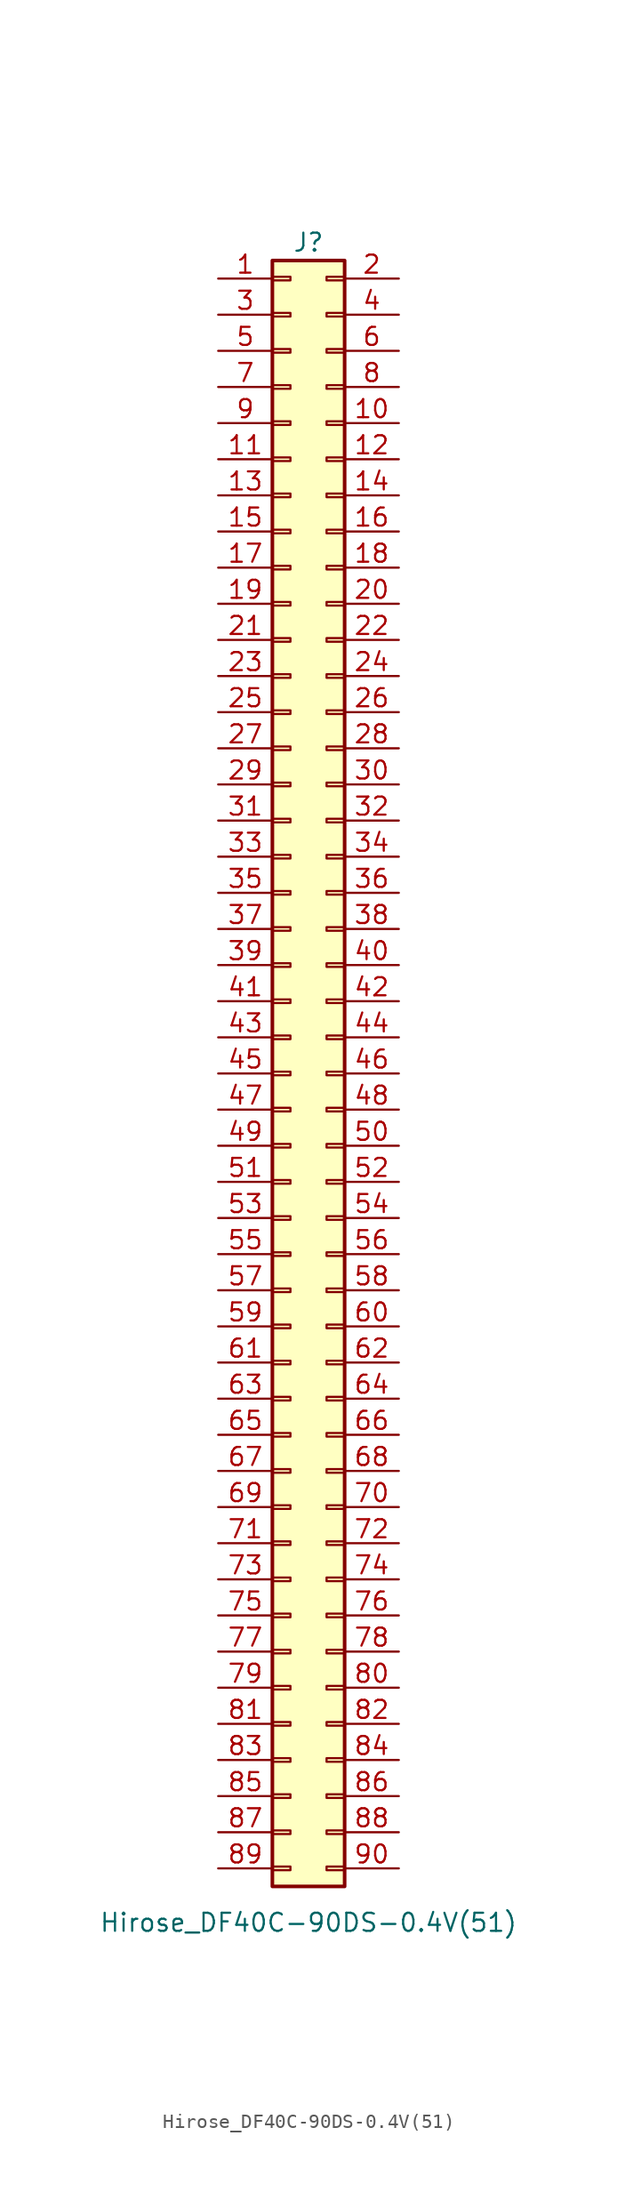
<source format=kicad_sym>
(kicad_symbol_lib
  (version 20211014)
  (generator kicad_symbol_editor)
  (symbol "Hirose_DF40C-90DS-0.4V(51)"
    (pin_names
      (offset 1.016) hide)
    (property "Reference" "J"
      (at 0 58.42 0)
      (effects (font (size 1.27 1.27))))
    (property "Value" "Hirose_DF40C-90DS-0.4V(51)"
      (at 0 -59.69 0)
      (effects (font (size 1.27 1.27))))
    (symbol "Hirose_DF40C-90DS-0.4V(51)_1_1"
      (rectangle (start -2.54 -55.753) (end -1.27 -56.007) (stroke (width 0.152) (type default) (color 0 0 0 0)) (fill (type none)))
      (rectangle (start -2.54 -53.213) (end -1.27 -53.467) (stroke (width 0.152) (type default) (color 0 0 0 0)) (fill (type none)))
      (rectangle (start -2.54 -50.673) (end -1.27 -50.927) (stroke (width 0.152) (type default) (color 0 0 0 0)) (fill (type none)))
      (rectangle (start -2.54 -48.133) (end -1.27 -48.387) (stroke (width 0.152) (type default) (color 0 0 0 0)) (fill (type none)))
      (rectangle (start -2.54 -45.593) (end -1.27 -45.847) (stroke (width 0.152) (type default) (color 0 0 0 0)) (fill (type none)))
      (rectangle (start -2.54 -43.053) (end -1.27 -43.307) (stroke (width 0.152) (type default) (color 0 0 0 0)) (fill (type none)))
      (rectangle (start -2.54 -40.513) (end -1.27 -40.767) (stroke (width 0.152) (type default) (color 0 0 0 0)) (fill (type none)))
      (rectangle (start -2.54 -37.973) (end -1.27 -38.227) (stroke (width 0.152) (type default) (color 0 0 0 0)) (fill (type none)))
      (rectangle (start -2.54 -35.433) (end -1.27 -35.687) (stroke (width 0.152) (type default) (color 0 0 0 0)) (fill (type none)))
      (rectangle (start -2.54 -32.893) (end -1.27 -33.147) (stroke (width 0.152) (type default) (color 0 0 0 0)) (fill (type none)))
      (rectangle (start -2.54 -30.353) (end -1.27 -30.607) (stroke (width 0.152) (type default) (color 0 0 0 0)) (fill (type none)))
      (rectangle (start -2.54 -27.813) (end -1.27 -28.067) (stroke (width 0.152) (type default) (color 0 0 0 0)) (fill (type none)))
      (rectangle (start -2.54 -25.273) (end -1.27 -25.527) (stroke (width 0.152) (type default) (color 0 0 0 0)) (fill (type none)))
      (rectangle (start -2.54 -22.733) (end -1.27 -22.987) (stroke (width 0.152) (type default) (color 0 0 0 0)) (fill (type none)))
      (rectangle (start -2.54 -20.193) (end -1.27 -20.447) (stroke (width 0.152) (type default) (color 0 0 0 0)) (fill (type none)))
      (rectangle (start -2.54 -17.653) (end -1.27 -17.907) (stroke (width 0.152) (type default) (color 0 0 0 0)) (fill (type none)))
      (rectangle (start -2.54 -15.113) (end -1.27 -15.367) (stroke (width 0.152) (type default) (color 0 0 0 0)) (fill (type none)))
      (rectangle (start -2.54 -12.573) (end -1.27 -12.827) (stroke (width 0.152) (type default) (color 0 0 0 0)) (fill (type none)))
      (rectangle (start -2.54 -10.033) (end -1.27 -10.287) (stroke (width 0.152) (type default) (color 0 0 0 0)) (fill (type none)))
      (rectangle (start -2.54 -7.493) (end -1.27 -7.747) (stroke (width 0.152) (type default) (color 0 0 0 0)) (fill (type none)))
      (rectangle (start -2.54 -4.953) (end -1.27 -5.207) (stroke (width 0.152) (type default) (color 0 0 0 0)) (fill (type none)))
      (rectangle (start -2.54 -2.413) (end -1.27 -2.667) (stroke (width 0.152) (type default) (color 0 0 0 0)) (fill (type none)))
      (rectangle (start -2.54 0.127) (end -1.27 -0.127) (stroke (width 0.152) (type default) (color 0 0 0 0)) (fill (type none)))
      (rectangle (start -2.54 2.667) (end -1.27 2.413) (stroke (width 0.152) (type default) (color 0 0 0 0)) (fill (type none)))
      (rectangle (start -2.54 5.207) (end -1.27 4.953) (stroke (width 0.152) (type default) (color 0 0 0 0)) (fill (type none)))
      (rectangle (start -2.54 7.747) (end -1.27 7.493) (stroke (width 0.152) (type default) (color 0 0 0 0)) (fill (type none)))
      (rectangle (start -2.54 10.287) (end -1.27 10.033) (stroke (width 0.152) (type default) (color 0 0 0 0)) (fill (type none)))
      (rectangle (start -2.54 12.827) (end -1.27 12.573) (stroke (width 0.152) (type default) (color 0 0 0 0)) (fill (type none)))
      (rectangle (start -2.54 15.367) (end -1.27 15.113) (stroke (width 0.152) (type default) (color 0 0 0 0)) (fill (type none)))
      (rectangle (start -2.54 17.907) (end -1.27 17.653) (stroke (width 0.152) (type default) (color 0 0 0 0)) (fill (type none)))
      (rectangle (start -2.54 20.447) (end -1.27 20.193) (stroke (width 0.152) (type default) (color 0 0 0 0)) (fill (type none)))
      (rectangle (start -2.54 22.987) (end -1.27 22.733) (stroke (width 0.152) (type default) (color 0 0 0 0)) (fill (type none)))
      (rectangle (start -2.54 25.527) (end -1.27 25.273) (stroke (width 0.152) (type default) (color 0 0 0 0)) (fill (type none)))
      (rectangle (start -2.54 28.067) (end -1.27 27.813) (stroke (width 0.152) (type default) (color 0 0 0 0)) (fill (type none)))
      (rectangle (start -2.54 30.607) (end -1.27 30.353) (stroke (width 0.152) (type default) (color 0 0 0 0)) (fill (type none)))
      (rectangle (start -2.54 33.147) (end -1.27 32.893) (stroke (width 0.152) (type default) (color 0 0 0 0)) (fill (type none)))
      (rectangle (start -2.54 35.687) (end -1.27 35.433) (stroke (width 0.152) (type default) (color 0 0 0 0)) (fill (type none)))
      (rectangle (start -2.54 38.227) (end -1.27 37.973) (stroke (width 0.152) (type default) (color 0 0 0 0)) (fill (type none)))
      (rectangle (start -2.54 40.767) (end -1.27 40.513) (stroke (width 0.152) (type default) (color 0 0 0 0)) (fill (type none)))
      (rectangle (start -2.54 43.307) (end -1.27 43.053) (stroke (width 0.152) (type default) (color 0 0 0 0)) (fill (type none)))
      (rectangle (start -2.54 45.847) (end -1.27 45.593) (stroke (width 0.152) (type default) (color 0 0 0 0)) (fill (type none)))
      (rectangle (start -2.54 48.387) (end -1.27 48.133) (stroke (width 0.152) (type default) (color 0 0 0 0)) (fill (type none)))
      (rectangle (start -2.54 50.927) (end -1.27 50.673) (stroke (width 0.152) (type default) (color 0 0 0 0)) (fill (type none)))
      (rectangle (start -2.54 53.467) (end -1.27 53.213) (stroke (width 0.152) (type default) (color 0 0 0 0)) (fill (type none)))
      (rectangle (start -2.54 56.007) (end -1.27 55.753) (stroke (width 0.152) (type default) (color 0 0 0 0)) (fill (type none)))
      (rectangle (start -2.54 57.15) (end 2.54 -57.15) (stroke (width 0.254) (type default) (color 0 0 0 0)) (fill (type background)))
      (rectangle (start 2.54 -55.753) (end 1.27 -56.007) (stroke (width 0.152) (type default) (color 0 0 0 0)) (fill (type none)))
      (rectangle (start 2.54 -53.213) (end 1.27 -53.467) (stroke (width 0.152) (type default) (color 0 0 0 0)) (fill (type none)))
      (rectangle (start 2.54 -50.673) (end 1.27 -50.927) (stroke (width 0.152) (type default) (color 0 0 0 0)) (fill (type none)))
      (rectangle (start 2.54 -48.133) (end 1.27 -48.387) (stroke (width 0.152) (type default) (color 0 0 0 0)) (fill (type none)))
      (rectangle (start 2.54 -45.593) (end 1.27 -45.847) (stroke (width 0.152) (type default) (color 0 0 0 0)) (fill (type none)))
      (rectangle (start 2.54 -43.053) (end 1.27 -43.307) (stroke (width 0.152) (type default) (color 0 0 0 0)) (fill (type none)))
      (rectangle (start 2.54 -40.513) (end 1.27 -40.767) (stroke (width 0.152) (type default) (color 0 0 0 0)) (fill (type none)))
      (rectangle (start 2.54 -37.973) (end 1.27 -38.227) (stroke (width 0.152) (type default) (color 0 0 0 0)) (fill (type none)))
      (rectangle (start 2.54 -35.433) (end 1.27 -35.687) (stroke (width 0.152) (type default) (color 0 0 0 0)) (fill (type none)))
      (rectangle (start 2.54 -32.893) (end 1.27 -33.147) (stroke (width 0.152) (type default) (color 0 0 0 0)) (fill (type none)))
      (rectangle (start 2.54 -30.353) (end 1.27 -30.607) (stroke (width 0.152) (type default) (color 0 0 0 0)) (fill (type none)))
      (rectangle (start 2.54 -27.813) (end 1.27 -28.067) (stroke (width 0.152) (type default) (color 0 0 0 0)) (fill (type none)))
      (rectangle (start 2.54 -25.273) (end 1.27 -25.527) (stroke (width 0.152) (type default) (color 0 0 0 0)) (fill (type none)))
      (rectangle (start 2.54 -22.733) (end 1.27 -22.987) (stroke (width 0.152) (type default) (color 0 0 0 0)) (fill (type none)))
      (rectangle (start 2.54 -20.193) (end 1.27 -20.447) (stroke (width 0.152) (type default) (color 0 0 0 0)) (fill (type none)))
      (rectangle (start 2.54 -17.653) (end 1.27 -17.907) (stroke (width 0.152) (type default) (color 0 0 0 0)) (fill (type none)))
      (rectangle (start 2.54 -15.113) (end 1.27 -15.367) (stroke (width 0.152) (type default) (color 0 0 0 0)) (fill (type none)))
      (rectangle (start 2.54 -12.573) (end 1.27 -12.827) (stroke (width 0.152) (type default) (color 0 0 0 0)) (fill (type none)))
      (rectangle (start 2.54 -10.033) (end 1.27 -10.287) (stroke (width 0.152) (type default) (color 0 0 0 0)) (fill (type none)))
      (rectangle (start 2.54 -7.493) (end 1.27 -7.747) (stroke (width 0.152) (type default) (color 0 0 0 0)) (fill (type none)))
      (rectangle (start 2.54 -4.953) (end 1.27 -5.207) (stroke (width 0.152) (type default) (color 0 0 0 0)) (fill (type none)))
      (rectangle (start 2.54 -2.413) (end 1.27 -2.667) (stroke (width 0.152) (type default) (color 0 0 0 0)) (fill (type none)))
      (rectangle (start 2.54 0.127) (end 1.27 -0.127) (stroke (width 0.152) (type default) (color 0 0 0 0)) (fill (type none)))
      (rectangle (start 2.54 2.667) (end 1.27 2.413) (stroke (width 0.152) (type default) (color 0 0 0 0)) (fill (type none)))
      (rectangle (start 2.54 5.207) (end 1.27 4.953) (stroke (width 0.152) (type default) (color 0 0 0 0)) (fill (type none)))
      (rectangle (start 2.54 7.747) (end 1.27 7.493) (stroke (width 0.152) (type default) (color 0 0 0 0)) (fill (type none)))
      (rectangle (start 2.54 10.287) (end 1.27 10.033) (stroke (width 0.152) (type default) (color 0 0 0 0)) (fill (type none)))
      (rectangle (start 2.54 12.827) (end 1.27 12.573) (stroke (width 0.152) (type default) (color 0 0 0 0)) (fill (type none)))
      (rectangle (start 2.54 15.367) (end 1.27 15.113) (stroke (width 0.152) (type default) (color 0 0 0 0)) (fill (type none)))
      (rectangle (start 2.54 17.907) (end 1.27 17.653) (stroke (width 0.152) (type default) (color 0 0 0 0)) (fill (type none)))
      (rectangle (start 2.54 20.447) (end 1.27 20.193) (stroke (width 0.152) (type default) (color 0 0 0 0)) (fill (type none)))
      (rectangle (start 2.54 22.987) (end 1.27 22.733) (stroke (width 0.152) (type default) (color 0 0 0 0)) (fill (type none)))
      (rectangle (start 2.54 25.527) (end 1.27 25.273) (stroke (width 0.152) (type default) (color 0 0 0 0)) (fill (type none)))
      (rectangle (start 2.54 28.067) (end 1.27 27.813) (stroke (width 0.152) (type default) (color 0 0 0 0)) (fill (type none)))
      (rectangle (start 2.54 30.607) (end 1.27 30.353) (stroke (width 0.152) (type default) (color 0 0 0 0)) (fill (type none)))
      (rectangle (start 2.54 33.147) (end 1.27 32.893) (stroke (width 0.152) (type default) (color 0 0 0 0)) (fill (type none)))
      (rectangle (start 2.54 35.687) (end 1.27 35.433) (stroke (width 0.152) (type default) (color 0 0 0 0)) (fill (type none)))
      (rectangle (start 2.54 38.227) (end 1.27 37.973) (stroke (width 0.152) (type default) (color 0 0 0 0)) (fill (type none)))
      (rectangle (start 2.54 40.767) (end 1.27 40.513) (stroke (width 0.152) (type default) (color 0 0 0 0)) (fill (type none)))
      (rectangle (start 2.54 43.307) (end 1.27 43.053) (stroke (width 0.152) (type default) (color 0 0 0 0)) (fill (type none)))
      (rectangle (start 2.54 45.847) (end 1.27 45.593) (stroke (width 0.152) (type default) (color 0 0 0 0)) (fill (type none)))
      (rectangle (start 2.54 48.387) (end 1.27 48.133) (stroke (width 0.152) (type default) (color 0 0 0 0)) (fill (type none)))
      (rectangle (start 2.54 50.927) (end 1.27 50.673) (stroke (width 0.152) (type default) (color 0 0 0 0)) (fill (type none)))
      (rectangle (start 2.54 53.467) (end 1.27 53.213) (stroke (width 0.152) (type default) (color 0 0 0 0)) (fill (type none)))
      (rectangle (start 2.54 56.007) (end 1.27 55.753) (stroke (width 0.152) (type default) (color 0 0 0 0)) (fill (type none)))
      (pin passive line (at -6.35 55.88 0) (length 3.81) (name "Pin_1" (effects (font (size 1.27 1.27)))) (number "1" (effects (font (size 1.27 1.27)))))
      (pin passive line (at 6.35 45.72 180) (length 3.81) (name "Pin_10" (effects (font (size 1.27 1.27)))) (number "10" (effects (font (size 1.27 1.27)))))
      (pin passive line (at -6.35 43.18 0) (length 3.81) (name "Pin_11" (effects (font (size 1.27 1.27)))) (number "11" (effects (font (size 1.27 1.27)))))
      (pin passive line (at 6.35 43.18 180) (length 3.81) (name "Pin_12" (effects (font (size 1.27 1.27)))) (number "12" (effects (font (size 1.27 1.27)))))
      (pin passive line (at -6.35 40.64 0) (length 3.81) (name "Pin_13" (effects (font (size 1.27 1.27)))) (number "13" (effects (font (size 1.27 1.27)))))
      (pin passive line (at 6.35 40.64 180) (length 3.81) (name "Pin_14" (effects (font (size 1.27 1.27)))) (number "14" (effects (font (size 1.27 1.27)))))
      (pin passive line (at -6.35 38.1 0) (length 3.81) (name "Pin_15" (effects (font (size 1.27 1.27)))) (number "15" (effects (font (size 1.27 1.27)))))
      (pin passive line (at 6.35 38.1 180) (length 3.81) (name "Pin_16" (effects (font (size 1.27 1.27)))) (number "16" (effects (font (size 1.27 1.27)))))
      (pin passive line (at -6.35 35.56 0) (length 3.81) (name "Pin_17" (effects (font (size 1.27 1.27)))) (number "17" (effects (font (size 1.27 1.27)))))
      (pin passive line (at 6.35 35.56 180) (length 3.81) (name "Pin_18" (effects (font (size 1.27 1.27)))) (number "18" (effects (font (size 1.27 1.27)))))
      (pin passive line (at -6.35 33.02 0) (length 3.81) (name "Pin_19" (effects (font (size 1.27 1.27)))) (number "19" (effects (font (size 1.27 1.27)))))
      (pin passive line (at 6.35 55.88 180) (length 3.81) (name "Pin_2" (effects (font (size 1.27 1.27)))) (number "2" (effects (font (size 1.27 1.27)))))
      (pin passive line (at 6.35 33.02 180) (length 3.81) (name "Pin_20" (effects (font (size 1.27 1.27)))) (number "20" (effects (font (size 1.27 1.27)))))
      (pin passive line (at -6.35 30.48 0) (length 3.81) (name "Pin_21" (effects (font (size 1.27 1.27)))) (number "21" (effects (font (size 1.27 1.27)))))
      (pin passive line (at 6.35 30.48 180) (length 3.81) (name "Pin_22" (effects (font (size 1.27 1.27)))) (number "22" (effects (font (size 1.27 1.27)))))
      (pin passive line (at -6.35 27.94 0) (length 3.81) (name "Pin_23" (effects (font (size 1.27 1.27)))) (number "23" (effects (font (size 1.27 1.27)))))
      (pin passive line (at 6.35 27.94 180) (length 3.81) (name "Pin_24" (effects (font (size 1.27 1.27)))) (number "24" (effects (font (size 1.27 1.27)))))
      (pin passive line (at -6.35 25.4 0) (length 3.81) (name "Pin_25" (effects (font (size 1.27 1.27)))) (number "25" (effects (font (size 1.27 1.27)))))
      (pin passive line (at 6.35 25.4 180) (length 3.81) (name "Pin_26" (effects (font (size 1.27 1.27)))) (number "26" (effects (font (size 1.27 1.27)))))
      (pin passive line (at -6.35 22.86 0) (length 3.81) (name "Pin_27" (effects (font (size 1.27 1.27)))) (number "27" (effects (font (size 1.27 1.27)))))
      (pin passive line (at 6.35 22.86 180) (length 3.81) (name "Pin_28" (effects (font (size 1.27 1.27)))) (number "28" (effects (font (size 1.27 1.27)))))
      (pin passive line (at -6.35 20.32 0) (length 3.81) (name "Pin_29" (effects (font (size 1.27 1.27)))) (number "29" (effects (font (size 1.27 1.27)))))
      (pin passive line (at -6.35 53.34 0) (length 3.81) (name "Pin_3" (effects (font (size 1.27 1.27)))) (number "3" (effects (font (size 1.27 1.27)))))
      (pin passive line (at 6.35 20.32 180) (length 3.81) (name "Pin_30" (effects (font (size 1.27 1.27)))) (number "30" (effects (font (size 1.27 1.27)))))
      (pin passive line (at -6.35 17.78 0) (length 3.81) (name "Pin_31" (effects (font (size 1.27 1.27)))) (number "31" (effects (font (size 1.27 1.27)))))
      (pin passive line (at 6.35 17.78 180) (length 3.81) (name "Pin_32" (effects (font (size 1.27 1.27)))) (number "32" (effects (font (size 1.27 1.27)))))
      (pin passive line (at -6.35 15.24 0) (length 3.81) (name "Pin_33" (effects (font (size 1.27 1.27)))) (number "33" (effects (font (size 1.27 1.27)))))
      (pin passive line (at 6.35 15.24 180) (length 3.81) (name "Pin_34" (effects (font (size 1.27 1.27)))) (number "34" (effects (font (size 1.27 1.27)))))
      (pin passive line (at -6.35 12.7 0) (length 3.81) (name "Pin_35" (effects (font (size 1.27 1.27)))) (number "35" (effects (font (size 1.27 1.27)))))
      (pin passive line (at 6.35 12.7 180) (length 3.81) (name "Pin_36" (effects (font (size 1.27 1.27)))) (number "36" (effects (font (size 1.27 1.27)))))
      (pin passive line (at -6.35 10.16 0) (length 3.81) (name "Pin_37" (effects (font (size 1.27 1.27)))) (number "37" (effects (font (size 1.27 1.27)))))
      (pin passive line (at 6.35 10.16 180) (length 3.81) (name "Pin_38" (effects (font (size 1.27 1.27)))) (number "38" (effects (font (size 1.27 1.27)))))
      (pin passive line (at -6.35 7.62 0) (length 3.81) (name "Pin_39" (effects (font (size 1.27 1.27)))) (number "39" (effects (font (size 1.27 1.27)))))
      (pin passive line (at 6.35 53.34 180) (length 3.81) (name "Pin_4" (effects (font (size 1.27 1.27)))) (number "4" (effects (font (size 1.27 1.27)))))
      (pin passive line (at 6.35 7.62 180) (length 3.81) (name "Pin_40" (effects (font (size 1.27 1.27)))) (number "40" (effects (font (size 1.27 1.27)))))
      (pin passive line (at -6.35 5.08 0) (length 3.81) (name "Pin_41" (effects (font (size 1.27 1.27)))) (number "41" (effects (font (size 1.27 1.27)))))
      (pin passive line (at 6.35 5.08 180) (length 3.81) (name "Pin_42" (effects (font (size 1.27 1.27)))) (number "42" (effects (font (size 1.27 1.27)))))
      (pin passive line (at -6.35 2.54 0) (length 3.81) (name "Pin_43" (effects (font (size 1.27 1.27)))) (number "43" (effects (font (size 1.27 1.27)))))
      (pin passive line (at 6.35 2.54 180) (length 3.81) (name "Pin_44" (effects (font (size 1.27 1.27)))) (number "44" (effects (font (size 1.27 1.27)))))
      (pin passive line (at -6.35 0 0) (length 3.81) (name "Pin_45" (effects (font (size 1.27 1.27)))) (number "45" (effects (font (size 1.27 1.27)))))
      (pin passive line (at 6.35 0 180) (length 3.81) (name "Pin_46" (effects (font (size 1.27 1.27)))) (number "46" (effects (font (size 1.27 1.27)))))
      (pin passive line (at -6.35 -2.54 0) (length 3.81) (name "Pin_47" (effects (font (size 1.27 1.27)))) (number "47" (effects (font (size 1.27 1.27)))))
      (pin passive line (at 6.35 -2.54 180) (length 3.81) (name "Pin_48" (effects (font (size 1.27 1.27)))) (number "48" (effects (font (size 1.27 1.27)))))
      (pin passive line (at -6.35 -5.08 0) (length 3.81) (name "Pin_49" (effects (font (size 1.27 1.27)))) (number "49" (effects (font (size 1.27 1.27)))))
      (pin passive line (at -6.35 50.8 0) (length 3.81) (name "Pin_5" (effects (font (size 1.27 1.27)))) (number "5" (effects (font (size 1.27 1.27)))))
      (pin passive line (at 6.35 -5.08 180) (length 3.81) (name "Pin_50" (effects (font (size 1.27 1.27)))) (number "50" (effects (font (size 1.27 1.27)))))
      (pin passive line (at -6.35 -7.62 0) (length 3.81) (name "Pin_51" (effects (font (size 1.27 1.27)))) (number "51" (effects (font (size 1.27 1.27)))))
      (pin passive line (at 6.35 -7.62 180) (length 3.81) (name "Pin_52" (effects (font (size 1.27 1.27)))) (number "52" (effects (font (size 1.27 1.27)))))
      (pin passive line (at -6.35 -10.16 0) (length 3.81) (name "Pin_53" (effects (font (size 1.27 1.27)))) (number "53" (effects (font (size 1.27 1.27)))))
      (pin passive line (at 6.35 -10.16 180) (length 3.81) (name "Pin_54" (effects (font (size 1.27 1.27)))) (number "54" (effects (font (size 1.27 1.27)))))
      (pin passive line (at -6.35 -12.7 0) (length 3.81) (name "Pin_55" (effects (font (size 1.27 1.27)))) (number "55" (effects (font (size 1.27 1.27)))))
      (pin passive line (at 6.35 -12.7 180) (length 3.81) (name "Pin_56" (effects (font (size 1.27 1.27)))) (number "56" (effects (font (size 1.27 1.27)))))
      (pin passive line (at -6.35 -15.24 0) (length 3.81) (name "Pin_57" (effects (font (size 1.27 1.27)))) (number "57" (effects (font (size 1.27 1.27)))))
      (pin passive line (at 6.35 -15.24 180) (length 3.81) (name "Pin_58" (effects (font (size 1.27 1.27)))) (number "58" (effects (font (size 1.27 1.27)))))
      (pin passive line (at -6.35 -17.78 0) (length 3.81) (name "Pin_59" (effects (font (size 1.27 1.27)))) (number "59" (effects (font (size 1.27 1.27)))))
      (pin passive line (at 6.35 50.8 180) (length 3.81) (name "Pin_6" (effects (font (size 1.27 1.27)))) (number "6" (effects (font (size 1.27 1.27)))))
      (pin passive line (at 6.35 -17.78 180) (length 3.81) (name "Pin_60" (effects (font (size 1.27 1.27)))) (number "60" (effects (font (size 1.27 1.27)))))
      (pin passive line (at -6.35 -20.32 0) (length 3.81) (name "Pin_61" (effects (font (size 1.27 1.27)))) (number "61" (effects (font (size 1.27 1.27)))))
      (pin passive line (at 6.35 -20.32 180) (length 3.81) (name "Pin_62" (effects (font (size 1.27 1.27)))) (number "62" (effects (font (size 1.27 1.27)))))
      (pin passive line (at -6.35 -22.86 0) (length 3.81) (name "Pin_63" (effects (font (size 1.27 1.27)))) (number "63" (effects (font (size 1.27 1.27)))))
      (pin passive line (at 6.35 -22.86 180) (length 3.81) (name "Pin_64" (effects (font (size 1.27 1.27)))) (number "64" (effects (font (size 1.27 1.27)))))
      (pin passive line (at -6.35 -25.4 0) (length 3.81) (name "Pin_65" (effects (font (size 1.27 1.27)))) (number "65" (effects (font (size 1.27 1.27)))))
      (pin passive line (at 6.35 -25.4 180) (length 3.81) (name "Pin_66" (effects (font (size 1.27 1.27)))) (number "66" (effects (font (size 1.27 1.27)))))
      (pin passive line (at -6.35 -27.94 0) (length 3.81) (name "Pin_67" (effects (font (size 1.27 1.27)))) (number "67" (effects (font (size 1.27 1.27)))))
      (pin passive line (at 6.35 -27.94 180) (length 3.81) (name "Pin_68" (effects (font (size 1.27 1.27)))) (number "68" (effects (font (size 1.27 1.27)))))
      (pin passive line (at -6.35 -30.48 0) (length 3.81) (name "Pin_69" (effects (font (size 1.27 1.27)))) (number "69" (effects (font (size 1.27 1.27)))))
      (pin passive line (at -6.35 48.26 0) (length 3.81) (name "Pin_7" (effects (font (size 1.27 1.27)))) (number "7" (effects (font (size 1.27 1.27)))))
      (pin passive line (at 6.35 -30.48 180) (length 3.81) (name "Pin_70" (effects (font (size 1.27 1.27)))) (number "70" (effects (font (size 1.27 1.27)))))
      (pin passive line (at -6.35 -33.02 0) (length 3.81) (name "Pin_71" (effects (font (size 1.27 1.27)))) (number "71" (effects (font (size 1.27 1.27)))))
      (pin passive line (at 6.35 -33.02 180) (length 3.81) (name "Pin_72" (effects (font (size 1.27 1.27)))) (number "72" (effects (font (size 1.27 1.27)))))
      (pin passive line (at -6.35 -35.56 0) (length 3.81) (name "Pin_73" (effects (font (size 1.27 1.27)))) (number "73" (effects (font (size 1.27 1.27)))))
      (pin passive line (at 6.35 -35.56 180) (length 3.81) (name "Pin_74" (effects (font (size 1.27 1.27)))) (number "74" (effects (font (size 1.27 1.27)))))
      (pin passive line (at -6.35 -38.1 0) (length 3.81) (name "Pin_75" (effects (font (size 1.27 1.27)))) (number "75" (effects (font (size 1.27 1.27)))))
      (pin passive line (at 6.35 -38.1 180) (length 3.81) (name "Pin_76" (effects (font (size 1.27 1.27)))) (number "76" (effects (font (size 1.27 1.27)))))
      (pin passive line (at -6.35 -40.64 0) (length 3.81) (name "Pin_77" (effects (font (size 1.27 1.27)))) (number "77" (effects (font (size 1.27 1.27)))))
      (pin passive line (at 6.35 -40.64 180) (length 3.81) (name "Pin_78" (effects (font (size 1.27 1.27)))) (number "78" (effects (font (size 1.27 1.27)))))
      (pin passive line (at -6.35 -43.18 0) (length 3.81) (name "Pin_79" (effects (font (size 1.27 1.27)))) (number "79" (effects (font (size 1.27 1.27)))))
      (pin passive line (at 6.35 48.26 180) (length 3.81) (name "Pin_8" (effects (font (size 1.27 1.27)))) (number "8" (effects (font (size 1.27 1.27)))))
      (pin passive line (at 6.35 -43.18 180) (length 3.81) (name "Pin_80" (effects (font (size 1.27 1.27)))) (number "80" (effects (font (size 1.27 1.27)))))
      (pin passive line (at -6.35 -45.72 0) (length 3.81) (name "Pin_81" (effects (font (size 1.27 1.27)))) (number "81" (effects (font (size 1.27 1.27)))))
      (pin passive line (at 6.35 -45.72 180) (length 3.81) (name "Pin_82" (effects (font (size 1.27 1.27)))) (number "82" (effects (font (size 1.27 1.27)))))
      (pin passive line (at -6.35 -48.26 0) (length 3.81) (name "Pin_83" (effects (font (size 1.27 1.27)))) (number "83" (effects (font (size 1.27 1.27)))))
      (pin passive line (at 6.35 -48.26 180) (length 3.81) (name "Pin_84" (effects (font (size 1.27 1.27)))) (number "84" (effects (font (size 1.27 1.27)))))
      (pin passive line (at -6.35 -50.8 0) (length 3.81) (name "Pin_85" (effects (font (size 1.27 1.27)))) (number "85" (effects (font (size 1.27 1.27)))))
      (pin passive line (at 6.35 -50.8 180) (length 3.81) (name "Pin_86" (effects (font (size 1.27 1.27)))) (number "86" (effects (font (size 1.27 1.27)))))
      (pin passive line (at -6.35 -53.34 0) (length 3.81) (name "Pin_87" (effects (font (size 1.27 1.27)))) (number "87" (effects (font (size 1.27 1.27)))))
      (pin passive line (at 6.35 -53.34 180) (length 3.81) (name "Pin_88" (effects (font (size 1.27 1.27)))) (number "88" (effects (font (size 1.27 1.27)))))
      (pin passive line (at -6.35 -55.88 0) (length 3.81) (name "Pin_89" (effects (font (size 1.27 1.27)))) (number "89" (effects (font (size 1.27 1.27)))))
      (pin passive line (at -6.35 45.72 0) (length 3.81) (name "Pin_9" (effects (font (size 1.27 1.27)))) (number "9" (effects (font (size 1.27 1.27)))))
      (pin passive line (at 6.35 -55.88 180) (length 3.81) (name "Pin_90" (effects (font (size 1.27 1.27)))) (number "90" (effects (font (size 1.27 1.27))))))))
</source>
